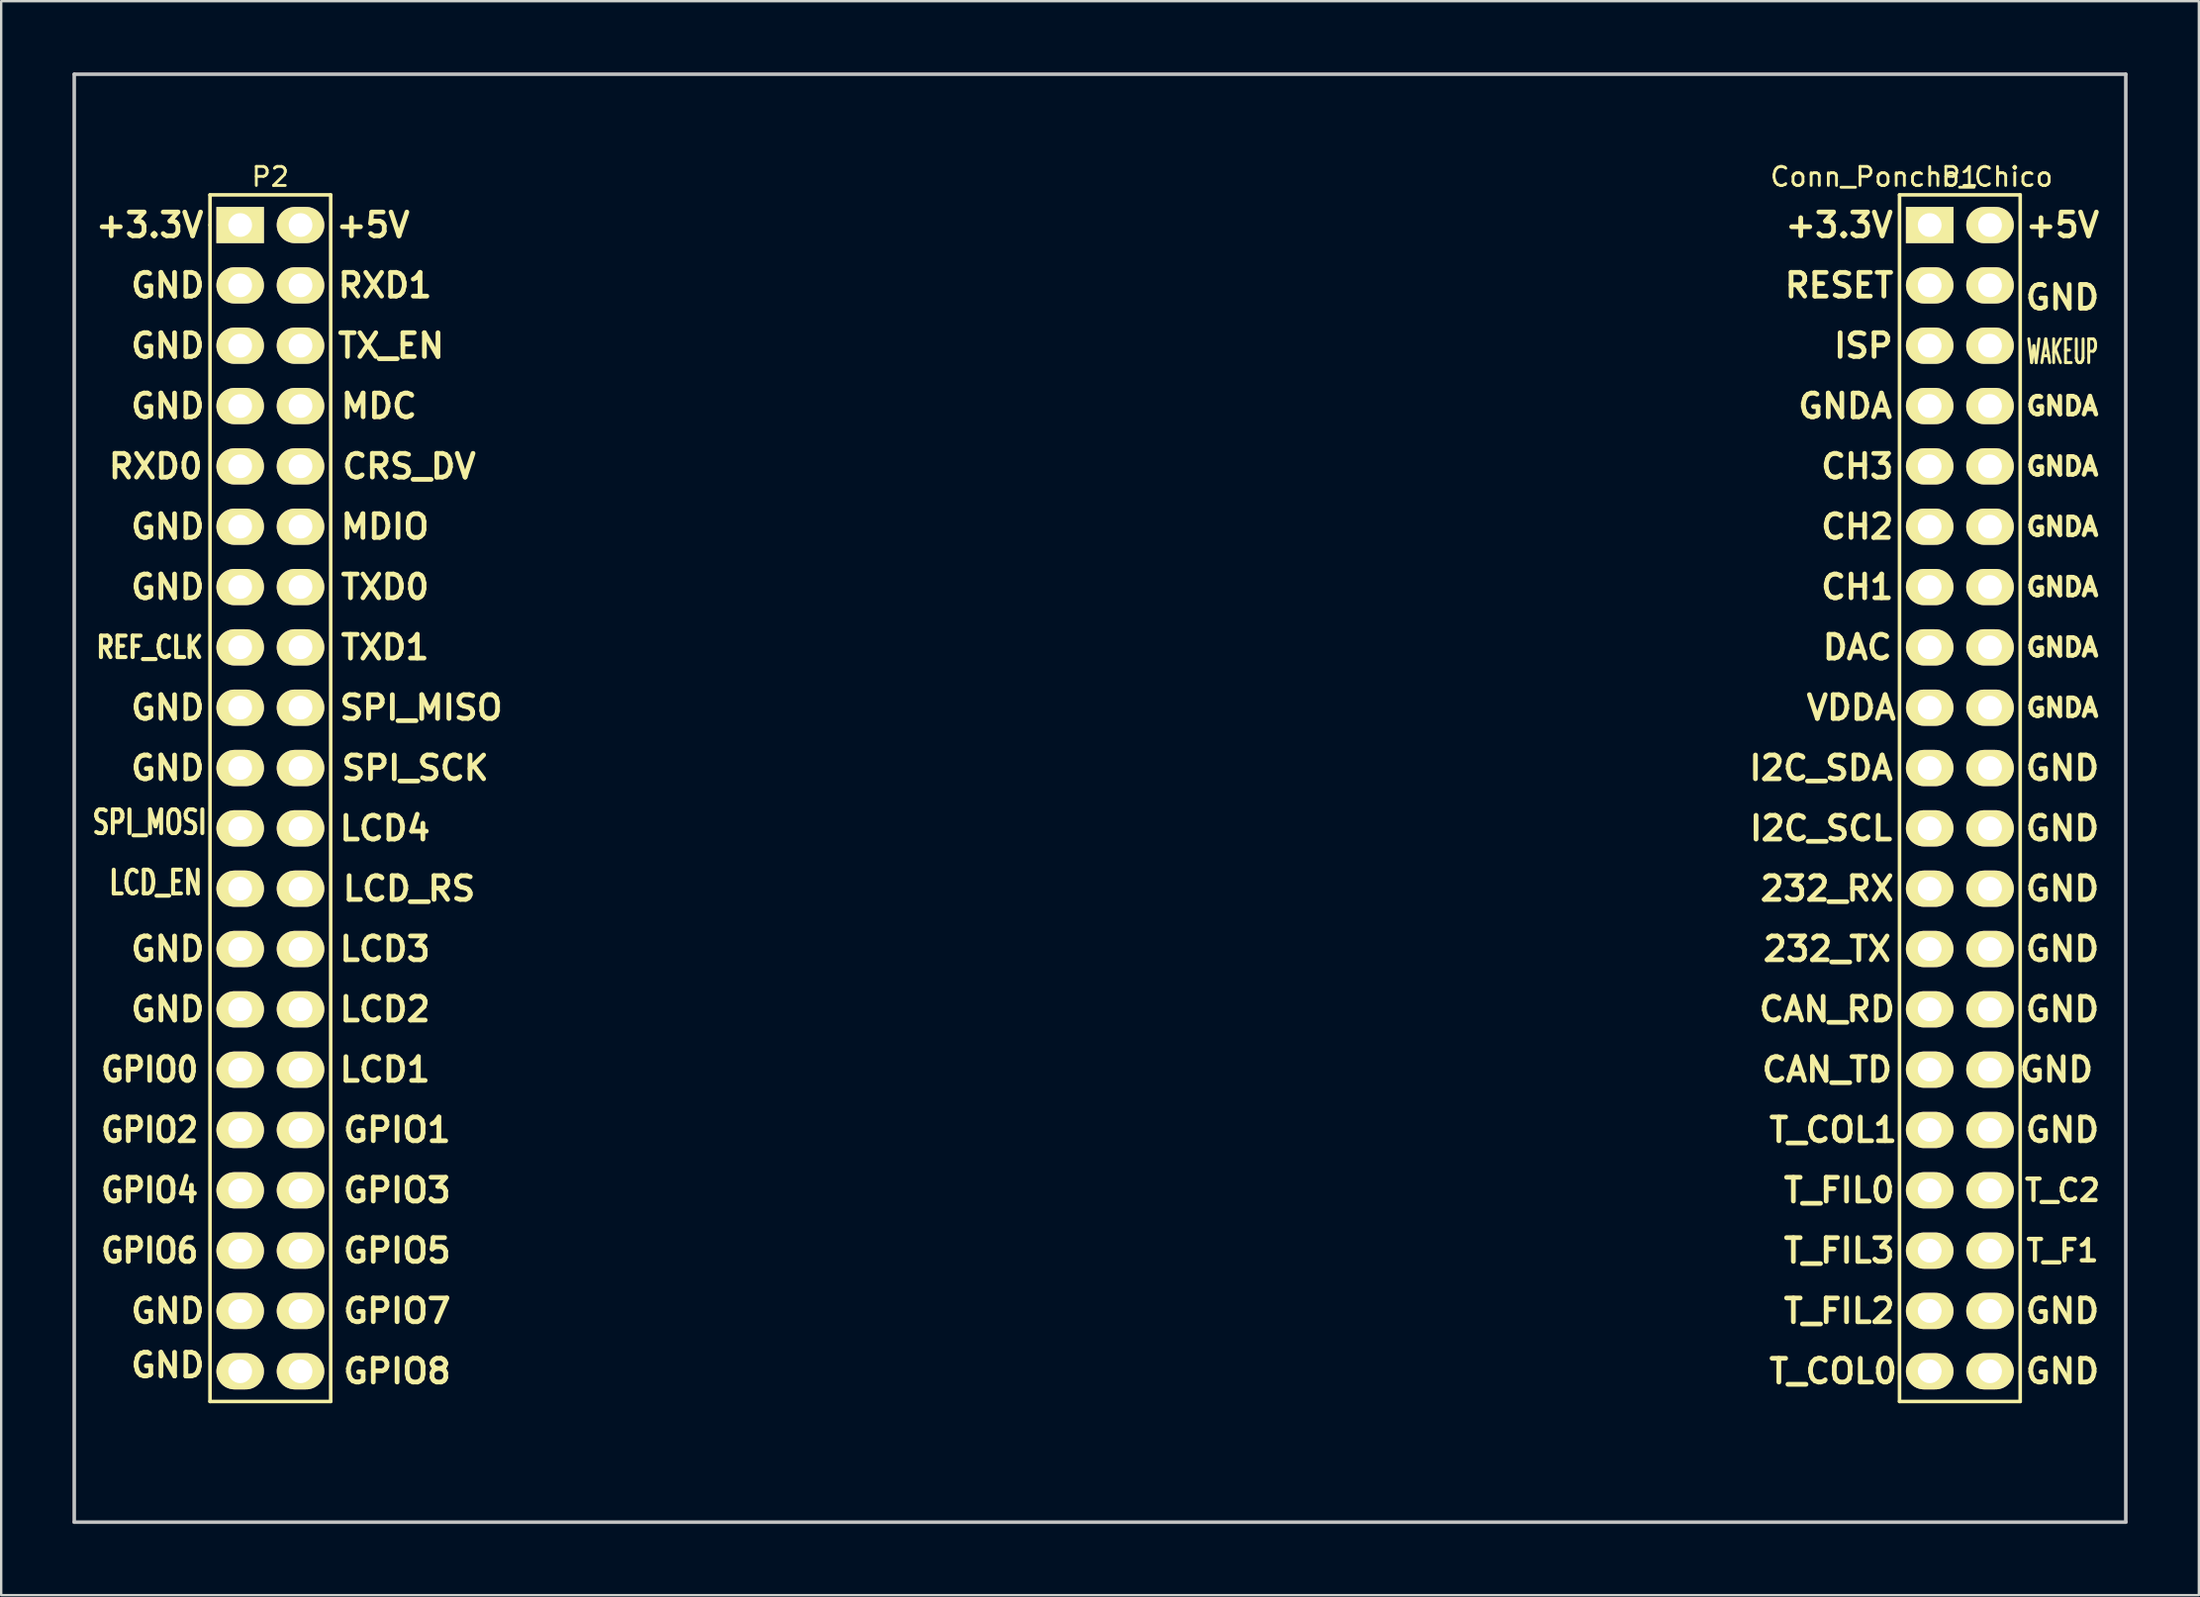
<source format=kicad_pcb>
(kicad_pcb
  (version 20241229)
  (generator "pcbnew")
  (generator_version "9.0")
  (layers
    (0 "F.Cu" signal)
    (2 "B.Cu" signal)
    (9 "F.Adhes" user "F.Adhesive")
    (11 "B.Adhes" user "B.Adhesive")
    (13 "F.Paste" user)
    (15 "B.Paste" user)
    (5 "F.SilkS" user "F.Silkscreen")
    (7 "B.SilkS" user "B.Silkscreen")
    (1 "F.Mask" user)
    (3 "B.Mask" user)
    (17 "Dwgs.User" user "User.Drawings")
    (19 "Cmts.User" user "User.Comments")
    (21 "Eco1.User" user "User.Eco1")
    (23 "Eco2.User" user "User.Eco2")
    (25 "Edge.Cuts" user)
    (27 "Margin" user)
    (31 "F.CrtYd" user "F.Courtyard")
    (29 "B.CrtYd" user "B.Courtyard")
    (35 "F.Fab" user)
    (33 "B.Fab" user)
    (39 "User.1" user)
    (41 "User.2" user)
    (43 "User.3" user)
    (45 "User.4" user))
  (footprint "Conn_Poncho_Chico"
    (layer "F.Cu")
    (at 78.18 6.425)
    (property "Reference" "Conn_Poncho_Chico" (at -0.762 -2.032 0) (layer "F.SilkS") (effects (font (size 0.8 0.8) (thickness 0.12))))
    (attr through_hole)
    (fp_line (start -72.39 -1.27) (end -67.31 -1.27) (stroke (width 0.15) (type solid)) (layer "F.SilkS"))
    (fp_line (start -72.39 0) (end -72.39 -1.27) (stroke (width 0.15) (type solid)) (layer "F.SilkS"))
    (fp_line (start -72.39 49.53) (end -72.39 0) (stroke (width 0.15) (type solid)) (layer "F.SilkS"))
    (fp_line (start -67.31 -1.27) (end -67.31 49.53) (stroke (width 0.15) (type solid)) (layer "F.SilkS"))
    (fp_line (start -67.31 49.53) (end -72.39 49.53) (stroke (width 0.15) (type solid)) (layer "F.SilkS"))
    (fp_line (start -1.27 49.53) (end -1.27 -1.27) (stroke (width 0.15) (type solid)) (layer "F.SilkS"))
    (fp_line (start 3.81 -1.27) (end -1.27 -1.27) (stroke (width 0.15) (type solid)) (layer "F.SilkS"))
    (fp_line (start 3.81 49.53) (end -1.27 49.53) (stroke (width 0.15) (type solid)) (layer "F.SilkS"))
    (fp_line (start 3.81 49.53) (end 3.81 -1.27) (stroke (width 0.15) (type solid)) (layer "F.SilkS"))
    (fp_line (start -78.105 54.61) (end -78.105 -6.35) (stroke (width 0.15) (type solid)) (layer "Dwgs.User"))
    (fp_line (start 8.255 -6.35) (end -78.105 -6.35) (stroke (width 0.15) (type solid)) (layer "Dwgs.User"))
    (fp_line (start 8.255 54.61) (end -78.105 54.61) (stroke (width 0.15) (type solid)) (layer "Dwgs.User"))
    (fp_line (start 8.255 54.61) (end 8.255 -6.35) (stroke (width 0.15) (type solid)) (layer "Dwgs.User"))
    (fp_text user "GNDA" (at 5.588 17.78 0) (layer "F.SilkS") (effects (font (size 0.76 0.76) (thickness 0.19))))
    (fp_text user "GPIO7" (at -64.516 45.72 0) (layer "F.SilkS") (effects (font (size 1 1) (thickness 0.2))))
    (fp_text user "DAC" (at -3.048 17.78 0) (layer "F.SilkS") (effects (font (size 1 1) (thickness 0.2))))
    (fp_text user "MDC" (at -65.278 7.62 0) (layer "F.SilkS") (effects (font (size 1 1) (thickness 0.2))))
    (fp_text user "GNDA" (at 5.588 10.16 0) (layer "F.SilkS") (effects (font (size 0.76 0.76) (thickness 0.19))))
    (fp_text user "SPI_MISO" (at -63.5 20.32 0) (layer "F.SilkS") (effects (font (size 1 1) (thickness 0.2))))
    (fp_text user "232_TX" (at -4.318 30.48 0) (layer "F.SilkS") (effects (font (size 1 1) (thickness 0.2))))
    (fp_text user "SPI_SCK" (at -63.754 22.86 0) (layer "F.SilkS") (effects (font (size 1 1) (thickness 0.2))))
    (fp_text user "GPIO3" (at -64.516 40.64 0) (layer "F.SilkS") (effects (font (size 1 1) (thickness 0.2))))
    (fp_text user "GND" (at 5.588 45.72 0) (layer "F.SilkS") (effects (font (size 1 1) (thickness 0.2))))
    (fp_text user "+5V" (at 5.588 0 0) (layer "F.SilkS") (effects (font (size 1 1) (thickness 0.2))))
    (fp_text user "P1" (at 1.27 -2.032 0) (layer "F.SilkS") (effects (font (size 0.8 0.8) (thickness 0.12))))
    (fp_text user "GND" (at -74.168 48.006 0) (layer "F.SilkS") (effects (font (size 1 1) (thickness 0.2))))
    (fp_text user "+3.3V" (at -3.81 0 0) (layer "F.SilkS") (effects (font (size 1 1) (thickness 0.2))))
    (fp_text user "GPIO2" (at -74.93 38.1 0) (layer "F.SilkS") (effects (font (size 1 0.9) (thickness 0.2))))
    (fp_text user "T_FIL3" (at -3.81 43.18 0) (layer "F.SilkS") (effects (font (size 1 1) (thickness 0.2))))
    (fp_text user "T_FIL0" (at -3.81 40.64 0) (layer "F.SilkS") (effects (font (size 1 1) (thickness 0.2))))
    (fp_text user "CAN_TD" (at -4.318 35.56 0) (layer "F.SilkS") (effects (font (size 1 1) (thickness 0.2))))
    (fp_text user "RXD0" (at -74.676 10.16 0) (layer "F.SilkS") (effects (font (size 1 1) (thickness 0.2))))
    (fp_text user "LCD3" (at -65.024 30.48 0) (layer "F.SilkS") (effects (font (size 1 1) (thickness 0.2))))
    (fp_text user "I2C_SCL" (at -4.572 25.4 0) (layer "F.SilkS") (effects (font (size 1 1) (thickness 0.2))))
    (fp_text user "GND" (at 5.588 33.02 0) (layer "F.SilkS") (effects (font (size 1 1) (thickness 0.2))))
    (fp_text user "+5V" (at -65.532 0 0) (layer "F.SilkS") (effects (font (size 1 1) (thickness 0.2))))
    (fp_text user "GNDA" (at 5.588 12.7 0) (layer "F.SilkS") (effects (font (size 0.76 0.76) (thickness 0.19))))
    (fp_text user "LCD_RS" (at -64.008 27.94 0) (layer "F.SilkS") (effects (font (size 1 1) (thickness 0.2))))
    (fp_text user "GND" (at 5.588 27.94 0) (layer "F.SilkS") (effects (font (size 1 1) (thickness 0.2))))
    (fp_text user "GND" (at -74.168 45.72 0) (layer "F.SilkS") (effects (font (size 1 1) (thickness 0.2))))
    (fp_text user "RESET" (at -3.81 2.54 0) (layer "F.SilkS") (effects (font (size 1 1) (thickness 0.2))))
    (fp_text user "+3.3V" (at -74.93 0 0) (layer "F.SilkS") (effects (font (size 1 1) (thickness 0.2))))
    (fp_text user "GND" (at -74.168 7.62 0) (layer "F.SilkS") (effects (font (size 1 1) (thickness 0.2))))
    (fp_text user "VDDA" (at -3.302 20.32 0) (layer "F.SilkS") (effects (font (size 1 1) (thickness 0.2))))
    (fp_text user "GPIO6" (at -74.93 43.18 0) (layer "F.SilkS") (effects (font (size 1 0.9) (thickness 0.2))))
    (fp_text user "TXD0" (at -65.024 15.24 0) (layer "F.SilkS") (effects (font (size 1 1) (thickness 0.2))))
    (fp_text user "GNDA" (at -3.556 7.62 0) (layer "F.SilkS") (effects (font (size 1 1) (thickness 0.2))))
    (fp_text user "SPI_MOSI" (at -74.93 25.146 0) (layer "F.SilkS") (effects (font (size 1 0.7) (thickness 0.17))))
    (fp_text user "232_RX" (at -4.318 27.94 0) (layer "F.SilkS") (effects (font (size 1 1) (thickness 0.2))))
    (fp_text user "T_FIL2" (at -3.81 45.72 0) (layer "F.SilkS") (effects (font (size 1 1) (thickness 0.2))))
    (fp_text user "GND" (at 5.588 30.48 0) (layer "F.SilkS") (effects (font (size 1 1) (thickness 0.2))))
    (fp_text user "GND" (at -74.168 22.86 0) (layer "F.SilkS") (effects (font (size 1 1) (thickness 0.2))))
    (fp_text user "CAN_RD" (at -4.318 33.02 0) (layer "F.SilkS") (effects (font (size 1 1) (thickness 0.2))))
    (fp_text user "ISP" (at -2.794 5.08 0) (layer "F.SilkS") (effects (font (size 1 1) (thickness 0.2))))
    (fp_text user "GNDA" (at 5.588 15.24 0) (layer "F.SilkS") (effects (font (size 0.76 0.76) (thickness 0.19))))
    (fp_text user "GPIO5" (at -64.516 43.18 0) (layer "F.SilkS") (effects (font (size 1 1) (thickness 0.2))))
    (fp_text user "P2" (at -69.85 -2.032 0) (layer "F.SilkS") (effects (font (size 0.8 0.8) (thickness 0.12))))
    (fp_text user "CRS_DV" (at -64.008 10.16 0) (layer "F.SilkS") (effects (font (size 1 1) (thickness 0.2))))
    (fp_text user "GND" (at -74.168 2.54 0) (layer "F.SilkS") (effects (font (size 1 1) (thickness 0.2))))
    (fp_text user "GND" (at 5.334 35.56 0) (layer "F.SilkS") (effects (font (size 1 1) (thickness 0.2))))
    (fp_text user "T_C2" (at 5.588 40.64 0) (layer "F.SilkS") (effects (font (size 0.9 0.9) (thickness 0.18))))
    (fp_text user "GND" (at 5.588 38.1 0) (layer "F.SilkS") (effects (font (size 1 1) (thickness 0.2))))
    (fp_text user "GND" (at -74.168 20.32 0) (layer "F.SilkS") (effects (font (size 1 1) (thickness 0.2))))
    (fp_text user "GPIO8" (at -64.516 48.26 0) (layer "F.SilkS") (effects (font (size 1 1) (thickness 0.2))))
    (fp_text user "CH2" (at -3.048 12.7 0) (layer "F.SilkS") (effects (font (size 1 1) (thickness 0.2))))
    (fp_text user "GND" (at -74.168 12.7 0) (layer "F.SilkS") (effects (font (size 1 1) (thickness 0.2))))
    (fp_text user "REF_CLK" (at -74.93 17.78 0) (layer "F.SilkS") (effects (font (size 0.9 0.7) (thickness 0.175))))
    (fp_text user "I2C_SDA" (at -4.572 22.86 0) (layer "F.SilkS") (effects (font (size 1 1) (thickness 0.2))))
    (fp_text user "GND" (at -74.168 15.24 0) (layer "F.SilkS") (effects (font (size 1 1) (thickness 0.2))))
    (fp_text user "GND" (at 5.588 25.4 0) (layer "F.SilkS") (effects (font (size 1 1) (thickness 0.2))))
    (fp_text user "TXD1" (at -65.024 17.78 0) (layer "F.SilkS") (effects (font (size 1 1) (thickness 0.2))))
    (fp_text user "GND" (at -74.168 30.48 0) (layer "F.SilkS") (effects (font (size 1 1) (thickness 0.2))))
    (fp_text user "GNDA" (at 5.588 7.62 0) (layer "F.SilkS") (effects (font (size 0.76 0.76) (thickness 0.19))))
    (fp_text user "GND" (at 5.588 3.048 0) (layer "F.SilkS") (effects (font (size 1 1) (thickness 0.2))))
    (fp_text user "GND" (at 5.588 22.86 0) (layer "F.SilkS") (effects (font (size 1 1) (thickness 0.2))))
    (fp_text user "GPIO0" (at -74.93 35.56 0) (layer "F.SilkS") (effects (font (size 1 0.9) (thickness 0.2))))
    (fp_text user "GNDA" (at 5.588 20.32 0) (layer "F.SilkS") (effects (font (size 0.76 0.76) (thickness 0.19))))
    (fp_text user "CH3" (at -3.048 10.16 0) (layer "F.SilkS") (effects (font (size 1 1) (thickness 0.2))))
    (fp_text user "GND" (at -74.168 5.08 0) (layer "F.SilkS") (effects (font (size 1 1) (thickness 0.2))))
    (fp_text user "LCD4" (at -65.024 25.4 0) (layer "F.SilkS") (effects (font (size 1 1) (thickness 0.2))))
    (fp_text user "GPIO1" (at -64.516 38.1 0) (layer "F.SilkS") (effects (font (size 1 1) (thickness 0.2))))
    (fp_text user "RXD1" (at -65.024 2.54 0) (layer "F.SilkS") (effects (font (size 1 1) (thickness 0.2))))
    (fp_text user "T_COL1" (at -4.064 38.1 0) (layer "F.SilkS") (effects (font (size 1 1) (thickness 0.2))))
    (fp_text user "GPIO4" (at -74.93 40.64 0) (layer "F.SilkS") (effects (font (size 1 0.9) (thickness 0.2))))
    (fp_text user "T_COL0" (at -4.064 48.26 0) (layer "F.SilkS") (effects (font (size 1 1) (thickness 0.2))))
    (fp_text user "LCD2" (at -65.024 33.02 0) (layer "F.SilkS") (effects (font (size 1 1) (thickness 0.2))))
    (fp_text user "GND" (at 5.588 48.26 0) (layer "F.SilkS") (effects (font (size 1 1) (thickness 0.2))))
    (fp_text user "TX_EN" (at -64.77 5.08 0) (layer "F.SilkS") (effects (font (size 1 1) (thickness 0.2))))
    (fp_text user "T_F1" (at 5.588 43.18 0) (layer "F.SilkS") (effects (font (size 0.9 0.9) (thickness 0.18))))
    (fp_text user "LCD1" (at -65.024 35.56 0) (layer "F.SilkS") (effects (font (size 1 1) (thickness 0.2))))
    (fp_text user "WAKEUP" (at 5.588 5.334 0) (layer "F.SilkS") (effects (font (size 1 0.5) (thickness 0.125))))
    (fp_text user "MDIO" (at -65.024 12.7 0) (layer "F.SilkS") (effects (font (size 1 1) (thickness 0.2))))
    (fp_text user "CH1" (at -3.048 15.24 0) (layer "F.SilkS") (effects (font (size 1 1) (thickness 0.2))))
    (fp_text user "GND" (at -74.168 33.02 0) (layer "F.SilkS") (effects (font (size 1 1) (thickness 0.2))))
    (fp_text user "LCD_EN" (at -74.676 27.686 0) (layer "F.SilkS") (effects (font (size 1 0.7) (thickness 0.17))))
    (pad "1" thru_hole rect (at 0 0 270) (size 1.524 2) (drill 1) (layers "*.Cu" "*.Mask" "F.SilkS"))
    (pad "2" thru_hole oval (at 2.54 0 270) (size 1.524 2) (drill 1) (layers "*.Cu" "*.Mask" "F.SilkS"))
    (pad "3" thru_hole oval (at 0 2.54 270) (size 1.524 2) (drill 1) (layers "*.Cu" "*.Mask" "F.SilkS"))
    (pad "4" thru_hole oval (at 2.54 2.54 270) (size 1.524 2) (drill 1) (layers "*.Cu" "*.Mask" "F.SilkS"))
    (pad "5" thru_hole oval (at 0 5.08 270) (size 1.524 2) (drill 1) (layers "*.Cu" "*.Mask" "F.SilkS"))
    (pad "6" thru_hole oval (at 2.54 5.08 270) (size 1.524 2) (drill 1) (layers "*.Cu" "*.Mask" "F.SilkS"))
    (pad "7" thru_hole oval (at 0 7.62 270) (size 1.524 2) (drill 1) (layers "*.Cu" "*.Mask" "F.SilkS"))
    (pad "8" thru_hole oval (at 2.54 7.62 270) (size 1.524 2) (drill 1) (layers "*.Cu" "*.Mask" "F.SilkS"))
    (pad "9" thru_hole oval (at 0 10.16 270) (size 1.524 2) (drill 1) (layers "*.Cu" "*.Mask" "F.SilkS"))
    (pad "10" thru_hole oval (at 2.54 10.16 270) (size 1.524 2) (drill 1) (layers "*.Cu" "*.Mask" "F.SilkS"))
    (pad "11" thru_hole oval (at 0 12.7 270) (size 1.524 2) (drill 1) (layers "*.Cu" "*.Mask" "F.SilkS"))
    (pad "12" thru_hole oval (at 2.54 12.7 270) (size 1.524 2) (drill 1) (layers "*.Cu" "*.Mask" "F.SilkS"))
    (pad "13" thru_hole oval (at 0 15.24 270) (size 1.524 2) (drill 1) (layers "*.Cu" "*.Mask" "F.SilkS"))
    (pad "14" thru_hole oval (at 2.54 15.24 270) (size 1.524 2) (drill 1) (layers "*.Cu" "*.Mask" "F.SilkS"))
    (pad "15" thru_hole oval (at 0 17.78 270) (size 1.524 2) (drill 1) (layers "*.Cu" "*.Mask" "F.SilkS"))
    (pad "16" thru_hole oval (at 2.54 17.78 270) (size 1.524 2) (drill 1) (layers "*.Cu" "*.Mask" "F.SilkS"))
    (pad "17" thru_hole oval (at 0 20.32 270) (size 1.524 2) (drill 1) (layers "*.Cu" "*.Mask" "F.SilkS"))
    (pad "18" thru_hole oval (at 2.54 20.32 270) (size 1.524 2) (drill 1) (layers "*.Cu" "*.Mask" "F.SilkS"))
    (pad "19" thru_hole oval (at 0 22.86 270) (size 1.524 2) (drill 1) (layers "*.Cu" "*.Mask" "F.SilkS"))
    (pad "20" thru_hole oval (at 2.54 22.86 270) (size 1.524 2) (drill 1) (layers "*.Cu" "*.Mask" "F.SilkS"))
    (pad "21" thru_hole oval (at 0 25.4 270) (size 1.524 2) (drill 1) (layers "*.Cu" "*.Mask" "F.SilkS"))
    (pad "22" thru_hole oval (at 2.54 25.4 270) (size 1.524 2) (drill 1) (layers "*.Cu" "*.Mask" "F.SilkS"))
    (pad "23" thru_hole oval (at 0 27.94 270) (size 1.524 2) (drill 1) (layers "*.Cu" "*.Mask" "F.SilkS"))
    (pad "24" thru_hole oval (at 2.54 27.94 270) (size 1.524 2) (drill 1) (layers "*.Cu" "*.Mask" "F.SilkS"))
    (pad "25" thru_hole oval (at 0 30.48 270) (size 1.524 2) (drill 1) (layers "*.Cu" "*.Mask" "F.SilkS"))
    (pad "26" thru_hole oval (at 2.54 30.48 270) (size 1.524 2) (drill 1) (layers "*.Cu" "*.Mask" "F.SilkS"))
    (pad "27" thru_hole oval (at 0 33.02 270) (size 1.524 2) (drill 1) (layers "*.Cu" "*.Mask" "F.SilkS"))
    (pad "28" thru_hole oval (at 2.54 33.02 270) (size 1.524 2) (drill 1) (layers "*.Cu" "*.Mask" "F.SilkS"))
    (pad "29" thru_hole oval (at 0 35.56 270) (size 1.524 2) (drill 1) (layers "*.Cu" "*.Mask" "F.SilkS"))
    (pad "30" thru_hole oval (at 2.54 35.56 270) (size 1.524 2) (drill 1) (layers "*.Cu" "*.Mask" "F.SilkS"))
    (pad "31" thru_hole oval (at 0 38.1 270) (size 1.524 2) (drill 1) (layers "*.Cu" "*.Mask" "F.SilkS"))
    (pad "32" thru_hole oval (at 2.54 38.1 270) (size 1.524 2) (drill 1) (layers "*.Cu" "*.Mask" "F.SilkS"))
    (pad "33" thru_hole oval (at 0 40.64 270) (size 1.524 2) (drill 1) (layers "*.Cu" "*.Mask" "F.SilkS"))
    (pad "34" thru_hole oval (at 2.54 40.64 270) (size 1.524 2) (drill 1) (layers "*.Cu" "*.Mask" "F.SilkS"))
    (pad "35" thru_hole oval (at 0 43.18 270) (size 1.524 2) (drill 1) (layers "*.Cu" "*.Mask" "F.SilkS"))
    (pad "36" thru_hole oval (at 2.54 43.18 270) (size 1.524 2) (drill 1) (layers "*.Cu" "*.Mask" "F.SilkS"))
    (pad "37" thru_hole oval (at 0 45.72 270) (size 1.524 2) (drill 1) (layers "*.Cu" "*.Mask" "F.SilkS"))
    (pad "38" thru_hole oval (at 2.54 45.72 270) (size 1.524 2) (drill 1) (layers "*.Cu" "*.Mask" "F.SilkS"))
    (pad "39" thru_hole oval (at 0 48.26 270) (size 1.524 2) (drill 1) (layers "*.Cu" "*.Mask" "F.SilkS"))
    (pad "40" thru_hole oval (at 2.54 48.26 270) (size 1.524 2) (drill 1) (layers "*.Cu" "*.Mask" "F.SilkS"))
    (pad "41" thru_hole rect (at -71.12 0 270) (size 1.524 2) (drill 1) (layers "*.Cu" "*.Mask" "F.SilkS"))
    (pad "42" thru_hole oval (at -68.58 0 270) (size 1.524 2) (drill 1) (layers "*.Cu" "*.Mask" "F.SilkS"))
    (pad "43" thru_hole oval (at -71.12 2.54 270) (size 1.524 2) (drill 1) (layers "*.Cu" "*.Mask" "F.SilkS"))
    (pad "44" thru_hole oval (at -68.58 2.54 270) (size 1.524 2) (drill 1) (layers "*.Cu" "*.Mask" "F.SilkS"))
    (pad "45" thru_hole oval (at -71.12 5.08 270) (size 1.524 2) (drill 1) (layers "*.Cu" "*.Mask" "F.SilkS"))
    (pad "46" thru_hole oval (at -68.58 5.08 270) (size 1.524 2) (drill 1) (layers "*.Cu" "*.Mask" "F.SilkS"))
    (pad "47" thru_hole oval (at -71.12 7.62 270) (size 1.524 2) (drill 1) (layers "*.Cu" "*.Mask" "F.SilkS"))
    (pad "48" thru_hole oval (at -68.58 7.62 270) (size 1.524 2) (drill 1) (layers "*.Cu" "*.Mask" "F.SilkS"))
    (pad "49" thru_hole oval (at -71.12 10.16 270) (size 1.524 2) (drill 1) (layers "*.Cu" "*.Mask" "F.SilkS"))
    (pad "50" thru_hole oval (at -68.58 10.16 270) (size 1.524 2) (drill 1) (layers "*.Cu" "*.Mask" "F.SilkS"))
    (pad "51" thru_hole oval (at -71.12 12.7 270) (size 1.524 2) (drill 1) (layers "*.Cu" "*.Mask" "F.SilkS"))
    (pad "52" thru_hole oval (at -68.58 12.7 270) (size 1.524 2) (drill 1) (layers "*.Cu" "*.Mask" "F.SilkS"))
    (pad "53" thru_hole oval (at -71.12 15.24 270) (size 1.524 2) (drill 1) (layers "*.Cu" "*.Mask" "F.SilkS"))
    (pad "54" thru_hole oval (at -68.58 15.24 270) (size 1.524 2) (drill 1) (layers "*.Cu" "*.Mask" "F.SilkS"))
    (pad "55" thru_hole oval (at -71.12 17.78 270) (size 1.524 2) (drill 1) (layers "*.Cu" "*.Mask" "F.SilkS"))
    (pad "56" thru_hole oval (at -68.58 17.78 270) (size 1.524 2) (drill 1) (layers "*.Cu" "*.Mask" "F.SilkS"))
    (pad "57" thru_hole oval (at -71.12 20.32 270) (size 1.524 2) (drill 1) (layers "*.Cu" "*.Mask" "F.SilkS"))
    (pad "58" thru_hole oval (at -68.58 20.32 270) (size 1.524 2) (drill 1) (layers "*.Cu" "*.Mask" "F.SilkS"))
    (pad "59" thru_hole oval (at -71.12 22.86 270) (size 1.524 2) (drill 1) (layers "*.Cu" "*.Mask" "F.SilkS"))
    (pad "60" thru_hole oval (at -68.58 22.86 270) (size 1.524 2) (drill 1) (layers "*.Cu" "*.Mask" "F.SilkS"))
    (pad "61" thru_hole oval (at -71.12 25.4 270) (size 1.524 2) (drill 1) (layers "*.Cu" "*.Mask" "F.SilkS"))
    (pad "62" thru_hole oval (at -68.58 25.4 270) (size 1.524 2) (drill 1) (layers "*.Cu" "*.Mask" "F.SilkS"))
    (pad "63" thru_hole oval (at -71.12 27.94 270) (size 1.524 2) (drill 1) (layers "*.Cu" "*.Mask" "F.SilkS"))
    (pad "64" thru_hole oval (at -68.58 27.94 270) (size 1.524 2) (drill 1) (layers "*.Cu" "*.Mask" "F.SilkS"))
    (pad "65" thru_hole oval (at -71.12 30.48 270) (size 1.524 2) (drill 1) (layers "*.Cu" "*.Mask" "F.SilkS"))
    (pad "66" thru_hole oval (at -68.58 30.48 270) (size 1.524 2) (drill 1) (layers "*.Cu" "*.Mask" "F.SilkS"))
    (pad "67" thru_hole oval (at -71.12 33.02 270) (size 1.524 2) (drill 1) (layers "*.Cu" "*.Mask" "F.SilkS"))
    (pad "68" thru_hole oval (at -68.58 33.02 270) (size 1.524 2) (drill 1) (layers "*.Cu" "*.Mask" "F.SilkS"))
    (pad "69" thru_hole oval (at -71.12 35.56 270) (size 1.524 2) (drill 1) (layers "*.Cu" "*.Mask" "F.SilkS"))
    (pad "70" thru_hole oval (at -68.58 35.56 270) (size 1.524 2) (drill 1) (layers "*.Cu" "*.Mask" "F.SilkS"))
    (pad "71" thru_hole oval (at -71.12 38.1 270) (size 1.524 2) (drill 1) (layers "*.Cu" "*.Mask" "F.SilkS"))
    (pad "72" thru_hole oval (at -68.58 38.1 270) (size 1.524 2) (drill 1) (layers "*.Cu" "*.Mask" "F.SilkS"))
    (pad "73" thru_hole oval (at -71.12 40.64 270) (size 1.524 2) (drill 1) (layers "*.Cu" "*.Mask" "F.SilkS"))
    (pad "74" thru_hole oval (at -68.58 40.64 270) (size 1.524 2) (drill 1) (layers "*.Cu" "*.Mask" "F.SilkS"))
    (pad "75" thru_hole oval (at -71.12 43.18 270) (size 1.524 2) (drill 1) (layers "*.Cu" "*.Mask" "F.SilkS"))
    (pad "76" thru_hole oval (at -68.58 43.18 270) (size 1.524 2) (drill 1) (layers "*.Cu" "*.Mask" "F.SilkS"))
    (pad "77" thru_hole oval (at -71.12 45.72 270) (size 1.524 2) (drill 1) (layers "*.Cu" "*.Mask" "F.SilkS"))
    (pad "78" thru_hole oval (at -68.58 45.72 270) (size 1.524 2) (drill 1) (layers "*.Cu" "*.Mask" "F.SilkS"))
    (pad "79" thru_hole oval (at -71.12 48.26 270) (size 1.524 2) (drill 1) (layers "*.Cu" "*.Mask" "F.SilkS"))
    (pad "80" thru_hole oval (at -68.58 48.26 270) (size 1.524 2) (drill 1) (layers "*.Cu" "*.Mask" "F.SilkS")))
  (gr_rect
    (start -3 -3)
    (end 89.51 64.11)
    (stroke (width 0.1) (type default))
    (fill no)
    (layer "Edge.Cuts")))
</source>
